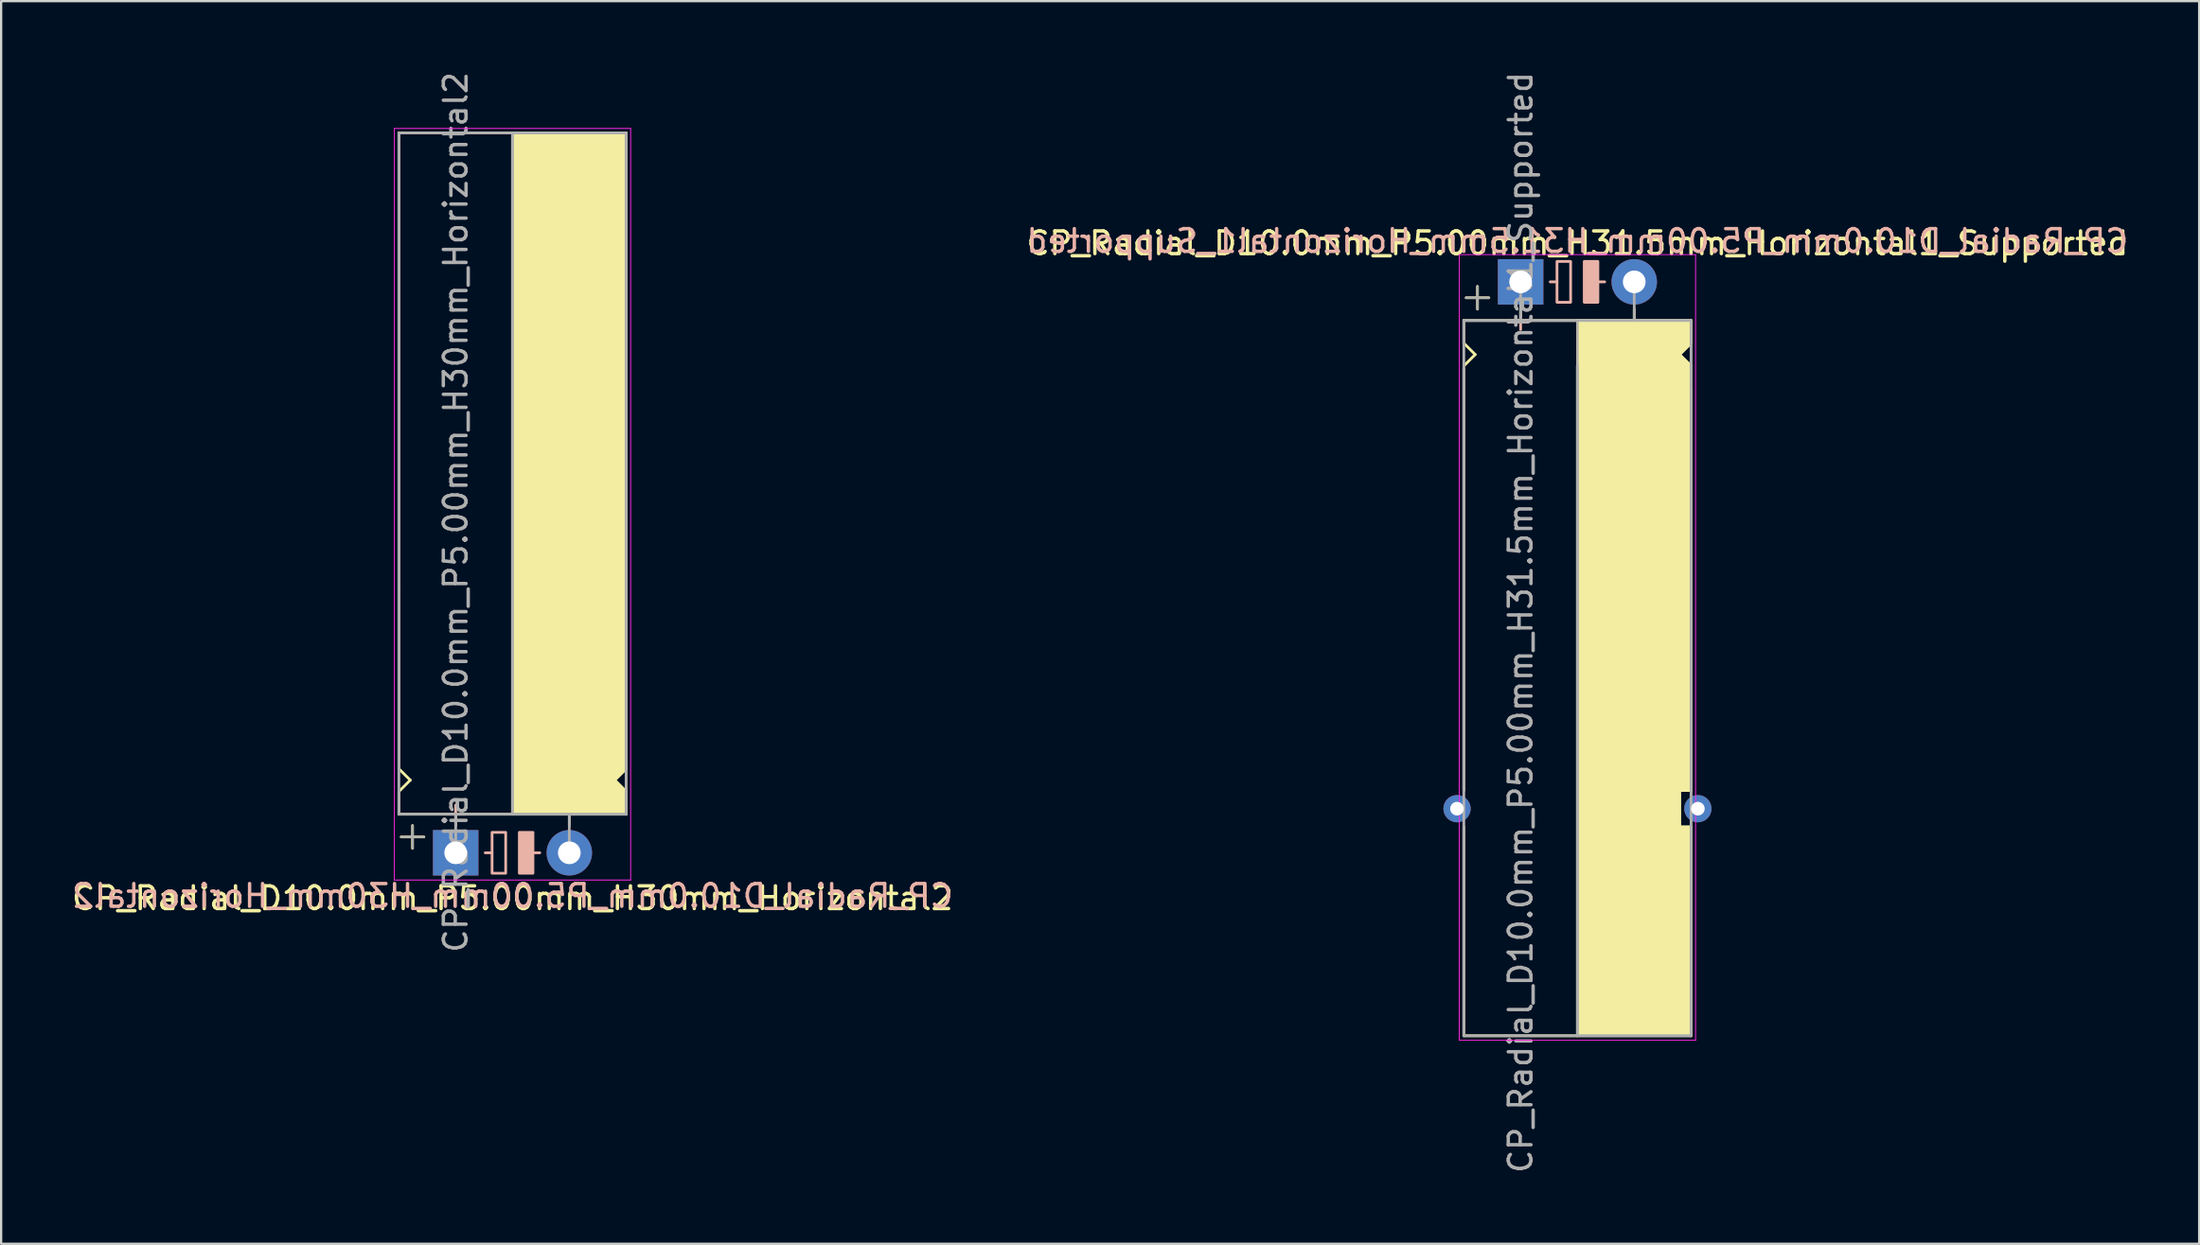
<source format=kicad_pcb>
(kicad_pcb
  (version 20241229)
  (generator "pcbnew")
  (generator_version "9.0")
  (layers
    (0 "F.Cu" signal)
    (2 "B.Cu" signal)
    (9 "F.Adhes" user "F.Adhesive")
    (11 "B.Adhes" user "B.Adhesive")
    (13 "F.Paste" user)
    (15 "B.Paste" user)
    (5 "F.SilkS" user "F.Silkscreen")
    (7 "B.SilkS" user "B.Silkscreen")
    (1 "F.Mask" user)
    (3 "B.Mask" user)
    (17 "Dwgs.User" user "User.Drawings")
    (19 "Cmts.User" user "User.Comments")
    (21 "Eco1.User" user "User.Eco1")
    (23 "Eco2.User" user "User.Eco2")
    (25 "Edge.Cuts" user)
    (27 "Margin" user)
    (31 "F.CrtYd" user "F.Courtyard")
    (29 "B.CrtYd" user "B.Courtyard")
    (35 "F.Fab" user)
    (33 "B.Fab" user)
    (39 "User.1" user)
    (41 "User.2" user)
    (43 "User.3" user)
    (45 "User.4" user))
  (footprint "CP_Radial_D10.0mm_P5.00mm_H31.5mm_Horizontal1_Supported"
    (layer "F.Cu")
    (at 63.875 9.363)
    (property "Reference" "CP_Radial_D10.0mm_P5.00mm_H31.5mm_Horizontal1_Supported" (at 2.5 -1.7 0) (layer "F.SilkS") (effects (font (size 1 1) (thickness 0.15))))
    (fp_line (start -2.5 1.7) (end -2.5 2.7) (stroke (width 0.12) (type solid)) (layer "F.SilkS"))
    (fp_line (start -2.5 2.7) (end -2 3.2) (stroke (width 0.12) (type solid)) (layer "F.SilkS"))
    (fp_line (start -2.5 3.8) (end -2.5 22.4) (stroke (width 0.12) (type solid)) (layer "F.SilkS"))
    (fp_line (start -2.5 24) (end -2.5 33.2) (stroke (width 0.12) (type solid)) (layer "F.SilkS"))
    (fp_line (start -2.5 33.2) (end 7.5 33.2) (stroke (width 0.12) (type solid)) (layer "F.SilkS"))
    (fp_line (start -2 3.2) (end -2.5 3.7) (stroke (width 0.12) (type solid)) (layer "F.SilkS"))
    (fp_line (start -1.9 0.2) (end -1.9 1.2) (stroke (width 0.12) (type solid)) (layer "F.SilkS"))
    (fp_line (start -1.4 0.7) (end -2.4 0.7) (stroke (width 0.12) (type solid)) (layer "F.SilkS"))
    (fp_line (start 0 1.7) (end 0 1.2) (stroke (width 0.12) (type solid)) (layer "F.SilkS"))
    (fp_line (start 2.5 1.7) (end -2.5 1.7) (stroke (width 0.12) (type solid)) (layer "F.SilkS"))
    (fp_line (start 2.5 33.2) (end 2.5 3.7) (stroke (width 0.12) (type solid)) (layer "F.SilkS"))
    (fp_line (start 5 1.7) (end 5 1.2) (stroke (width 0.12) (type solid)) (layer "F.SilkS"))
    (fp_line (start 7 3.2) (end 7.5 3.7) (stroke (width 0.12) (type solid)) (layer "F.SilkS"))
    (fp_line (start 7 22.4) (end 7.5 22.4) (stroke (width 0.12) (type solid)) (layer "F.SilkS"))
    (fp_line (start 7 23.4) (end 7 22.4) (stroke (width 0.12) (type solid)) (layer "F.SilkS"))
    (fp_line (start 7 24) (end 7 23.4) (stroke (width 0.12) (type solid)) (layer "F.SilkS"))
    (fp_line (start 7.5 1.7) (end 2.5 1.7) (stroke (width 0.12) (type solid)) (layer "F.SilkS"))
    (fp_line (start 7.5 1.7) (end 7.5 2.7) (stroke (width 0.12) (type solid)) (layer "F.SilkS"))
    (fp_line (start 7.5 2.7) (end 7 3.2) (stroke (width 0.12) (type solid)) (layer "F.SilkS"))
    (fp_line (start 7.5 4.7) (end 7.5 22.4) (stroke (width 0.12) (type solid)) (layer "F.SilkS"))
    (fp_line (start 7.5 24) (end 7 24) (stroke (width 0.12) (type solid)) (layer "F.SilkS"))
    (fp_line (start 7.5 24) (end 7.5 33.2) (stroke (width 0.12) (type solid)) (layer "F.SilkS"))
    (fp_poly (pts (xy 7.5 2.7) (xy 7 3.2) (xy 7.5 3.7) (xy 7.5 22.4) (xy 7 22.4) (xy 7 24) (xy 7.5 24) (xy 7.5 33.2) (xy 2.5 33.2) (xy 2.5 1.7) (xy 7.5 1.7)) (stroke (width 0.1) (type solid)) (fill yes) (layer "F.SilkS"))
    (fp_line (start 0 1.3) (end 0 2.1) (stroke (width 0.12) (type solid)) (layer "B.SilkS"))
    (fp_line (start 0.4 1.7) (end -0.4 1.7) (stroke (width 0.12) (type solid)) (layer "B.SilkS"))
    (fp_line (start 1.6 0) (end 1.3 0) (stroke (width 0.12) (type solid)) (layer "B.SilkS"))
    (fp_line (start 3.7 0) (end 3.4 0) (stroke (width 0.12) (type solid)) (layer "B.SilkS"))
    (fp_rect (start 2.2 -0.9) (end 1.6 0.9) (stroke (width 0.12) (type solid)) (fill no) (layer "B.SilkS"))
    (fp_rect (start 3.4 -0.9) (end 2.8 0.9) (stroke (width 0.12) (type solid)) (fill yes) (layer "B.SilkS"))
    (fp_line (start -2.7 -1.2) (end 5.3 -1.2) (stroke (width 0.04) (type solid)) (layer "F.CrtYd"))
    (fp_line (start -2.7 33.4) (end -2.7 -1.2) (stroke (width 0.04) (type solid)) (layer "F.CrtYd"))
    (fp_line (start 5.3 -1.2) (end 7.7 -1.2) (stroke (width 0.04) (type solid)) (layer "F.CrtYd"))
    (fp_line (start 7.7 -1.2) (end 7.7 33.4) (stroke (width 0.04) (type solid)) (layer "F.CrtYd"))
    (fp_line (start 7.7 33.4) (end -2.7 33.4) (stroke (width 0.04) (type solid)) (layer "F.CrtYd"))
    (fp_line (start -2.5 1.7) (end -2.5 33.2) (stroke (width 0.12) (type solid)) (layer "F.Fab"))
    (fp_line (start -2.5 33.2) (end 7.5 33.2) (stroke (width 0.12) (type solid)) (layer "F.Fab"))
    (fp_line (start -2.4 0.7) (end -1.4 0.7) (stroke (width 0.1) (type solid)) (layer "F.Fab"))
    (fp_line (start -1.9 1.2) (end -1.9 0.2) (stroke (width 0.1) (type solid)) (layer "F.Fab"))
    (fp_line (start 0 1.7) (end 0 0) (stroke (width 0.12) (type solid)) (layer "F.Fab"))
    (fp_line (start 2.5 3.7) (end 2.5 33.2) (stroke (width 0.12) (type solid)) (layer "F.Fab"))
    (fp_line (start 5 1.7) (end 5 0) (stroke (width 0.12) (type solid)) (layer "F.Fab"))
    (fp_line (start 7.5 1.7) (end -2.5 1.7) (stroke (width 0.12) (type solid)) (layer "F.Fab"))
    (fp_line (start 7.5 33.2) (end 7.5 1.7) (stroke (width 0.12) (type solid)) (layer "F.Fab"))
    (fp_poly (pts (xy 7.5 33.2) (xy 2.5 33.2) (xy 2.5 1.7) (xy 7.5 1.7)) (stroke (width 0.1) (type solid)) (fill no) (layer "F.Fab"))
    (fp_text user "${REFERENCE}" (at 2.5 -1.8 0) (layer "B.SilkS") (effects (font (size 1 1) (thickness 0.15)) (justify mirror)))
    (fp_text user "${REFERENCE}" (at 0 15 90) (layer "F.Fab") (effects (font (size 1 1) (thickness 0.15))))
    (pad "1" thru_hole rect (at 0 0) (size 2 2) (drill 1) (layers "*.Cu" "*.Mask"))
    (pad "2" thru_hole circle (at 5 0) (size 2 2) (drill 1) (layers "*.Cu" "*.Mask"))
    (pad "~" thru_hole circle (at -2.8 23.2) (size 1.2 1.2) (drill 0.6) (layers "*.Cu" "*.Mask"))
    (pad "~" thru_hole circle (at 7.8 23.2) (size 1.2 1.2) (drill 0.6) (layers "*.Cu" "*.Mask")))
  (footprint "CP_Radial_D10.0mm_P5.00mm_H30mm_Horizontal2"
    (layer "F.Cu")
    (at 17.006 34.506)
    (property "Reference" "CP_Radial_D10.0mm_P5.00mm_H30mm_Horizontal2" (at 2.5 2 0) (layer "F.SilkS") (effects (font (size 1 1) (thickness 0.15))))
    (fp_line (start -2.5 -31.7) (end 7.5 -31.7) (stroke (width 0.12) (type solid)) (layer "F.SilkS"))
    (fp_line (start -2.5 -11.7) (end -2.5 -31.7) (stroke (width 0.12) (type solid)) (layer "F.SilkS"))
    (fp_line (start -2.5 -3.7) (end -2.5 -11.7) (stroke (width 0.12) (type solid)) (layer "F.SilkS"))
    (fp_line (start -2.5 -2.7) (end -2 -3.2) (stroke (width 0.12) (type solid)) (layer "F.SilkS"))
    (fp_line (start -2.5 -1.7) (end -2.5 -2.7) (stroke (width 0.12) (type solid)) (layer "F.SilkS"))
    (fp_line (start -2 -3.2) (end -2.5 -3.7) (stroke (width 0.12) (type solid)) (layer "F.SilkS"))
    (fp_line (start -1.9 -1.2) (end -1.9 -0.2) (stroke (width 0.12) (type solid)) (layer "F.SilkS"))
    (fp_line (start -1.4 -0.7) (end -2.4 -0.7) (stroke (width 0.12) (type solid)) (layer "F.SilkS"))
    (fp_line (start 0 -1.7) (end 0 -1.2) (stroke (width 0.12) (type solid)) (layer "F.SilkS"))
    (fp_line (start 2.5 -31.7) (end 2.5 -1.7) (stroke (width 0.12) (type solid)) (layer "F.SilkS"))
    (fp_line (start 2.5 -1.7) (end -2.5 -1.7) (stroke (width 0.12) (type solid)) (layer "F.SilkS"))
    (fp_line (start 5 -1.7) (end 5 -1.2) (stroke (width 0.12) (type solid)) (layer "F.SilkS"))
    (fp_line (start 7 -3.2) (end 7.5 -3.7) (stroke (width 0.12) (type solid)) (layer "F.SilkS"))
    (fp_line (start 7.5 -11.7) (end 7.5 -31.7) (stroke (width 0.12) (type solid)) (layer "F.SilkS"))
    (fp_line (start 7.5 -3.7) (end 7.5 -11.7) (stroke (width 0.12) (type solid)) (layer "F.SilkS"))
    (fp_line (start 7.5 -2.7) (end 7 -3.2) (stroke (width 0.12) (type solid)) (layer "F.SilkS"))
    (fp_line (start 7.5 -1.7) (end 2.5 -1.7) (stroke (width 0.12) (type solid)) (layer "F.SilkS"))
    (fp_line (start 7.5 -1.7) (end 7.5 -2.7) (stroke (width 0.12) (type solid)) (layer "F.SilkS"))
    (fp_poly (pts (xy 7.5 -2.7) (xy 7 -3.2) (xy 7.5 -3.7) (xy 7.5 -31.7) (xy 2.5 -31.7) (xy 2.5 -1.7) (xy 7.5 -1.7)) (stroke (width 0.1) (type solid)) (fill yes) (layer "F.SilkS"))
    (fp_line (start 0 -2.1) (end 0 -1.3) (stroke (width 0.12) (type solid)) (layer "B.SilkS"))
    (fp_line (start 0.4 -1.7) (end -0.4 -1.7) (stroke (width 0.12) (type solid)) (layer "B.SilkS"))
    (fp_line (start 1.6 0) (end 1.3 0) (stroke (width 0.12) (type solid)) (layer "B.SilkS"))
    (fp_line (start 3.7 0) (end 3.4 0) (stroke (width 0.12) (type solid)) (layer "B.SilkS"))
    (fp_rect (start 2.2 -0.9) (end 1.6 0.9) (stroke (width 0.12) (type solid)) (fill no) (layer "B.SilkS"))
    (fp_rect (start 3.4 -0.9) (end 2.8 0.9) (stroke (width 0.12) (type solid)) (fill yes) (layer "B.SilkS"))
    (fp_line (start -2.7 -31.9) (end -2.7 1.2) (stroke (width 0.04) (type solid)) (layer "F.CrtYd"))
    (fp_line (start -2.7 1.2) (end 5.3 1.2) (stroke (width 0.04) (type solid)) (layer "F.CrtYd"))
    (fp_line (start 5.3 1.2) (end 7.7 1.2) (stroke (width 0.04) (type solid)) (layer "F.CrtYd"))
    (fp_line (start 7.7 -31.9) (end -2.7 -31.9) (stroke (width 0.04) (type solid)) (layer "F.CrtYd"))
    (fp_line (start 7.7 1.2) (end 7.7 -31.9) (stroke (width 0.04) (type solid)) (layer "F.CrtYd"))
    (fp_line (start -2.5 -31.7) (end 7.5 -31.7) (stroke (width 0.12) (type solid)) (layer "F.Fab"))
    (fp_line (start -2.5 -1.7) (end -2.5 -31.7) (stroke (width 0.12) (type solid)) (layer "F.Fab"))
    (fp_line (start -2.4 -0.7) (end -1.4 -0.7) (stroke (width 0.1) (type solid)) (layer "F.Fab"))
    (fp_line (start -1.9 -0.2) (end -1.9 -1.2) (stroke (width 0.1) (type solid)) (layer "F.Fab"))
    (fp_line (start 0 -1.7) (end 0 0) (stroke (width 0.12) (type solid)) (layer "F.Fab"))
    (fp_line (start 2.5 -1.7) (end 2.5 -31.7) (stroke (width 0.12) (type solid)) (layer "F.Fab"))
    (fp_line (start 5 -1.7) (end 5 0) (stroke (width 0.12) (type solid)) (layer "F.Fab"))
    (fp_line (start 7.5 -31.7) (end 7.5 -1.7) (stroke (width 0.12) (type solid)) (layer "F.Fab"))
    (fp_line (start 7.5 -1.7) (end -2.5 -1.7) (stroke (width 0.12) (type solid)) (layer "F.Fab"))
    (fp_poly (pts (xy 7.5 -31.7) (xy 2.5 -31.7) (xy 2.5 -1.7) (xy 7.5 -1.7)) (stroke (width 0.1) (type solid)) (fill no) (layer "F.Fab"))
    (fp_text user "${REFERENCE}" (at 2.5 1.9 0) (layer "B.SilkS") (effects (font (size 1 1) (thickness 0.15)) (justify mirror)))
    (fp_text user "${REFERENCE}" (at 0 -15 90) (layer "F.Fab") (effects (font (size 1 1) (thickness 0.15))))
    (pad "1" thru_hole rect (at 0 0) (size 2 2) (drill 1) (layers "*.Cu" "*.Mask"))
    (pad "2" thru_hole circle (at 5 0) (size 2 2) (drill 1) (layers "*.Cu" "*.Mask")))
  (gr_rect
    (start -3 -3)
    (end 93.738 51.726)
    (stroke (width 0.1) (type default))
    (fill no)
    (layer "Edge.Cuts")))
</source>
